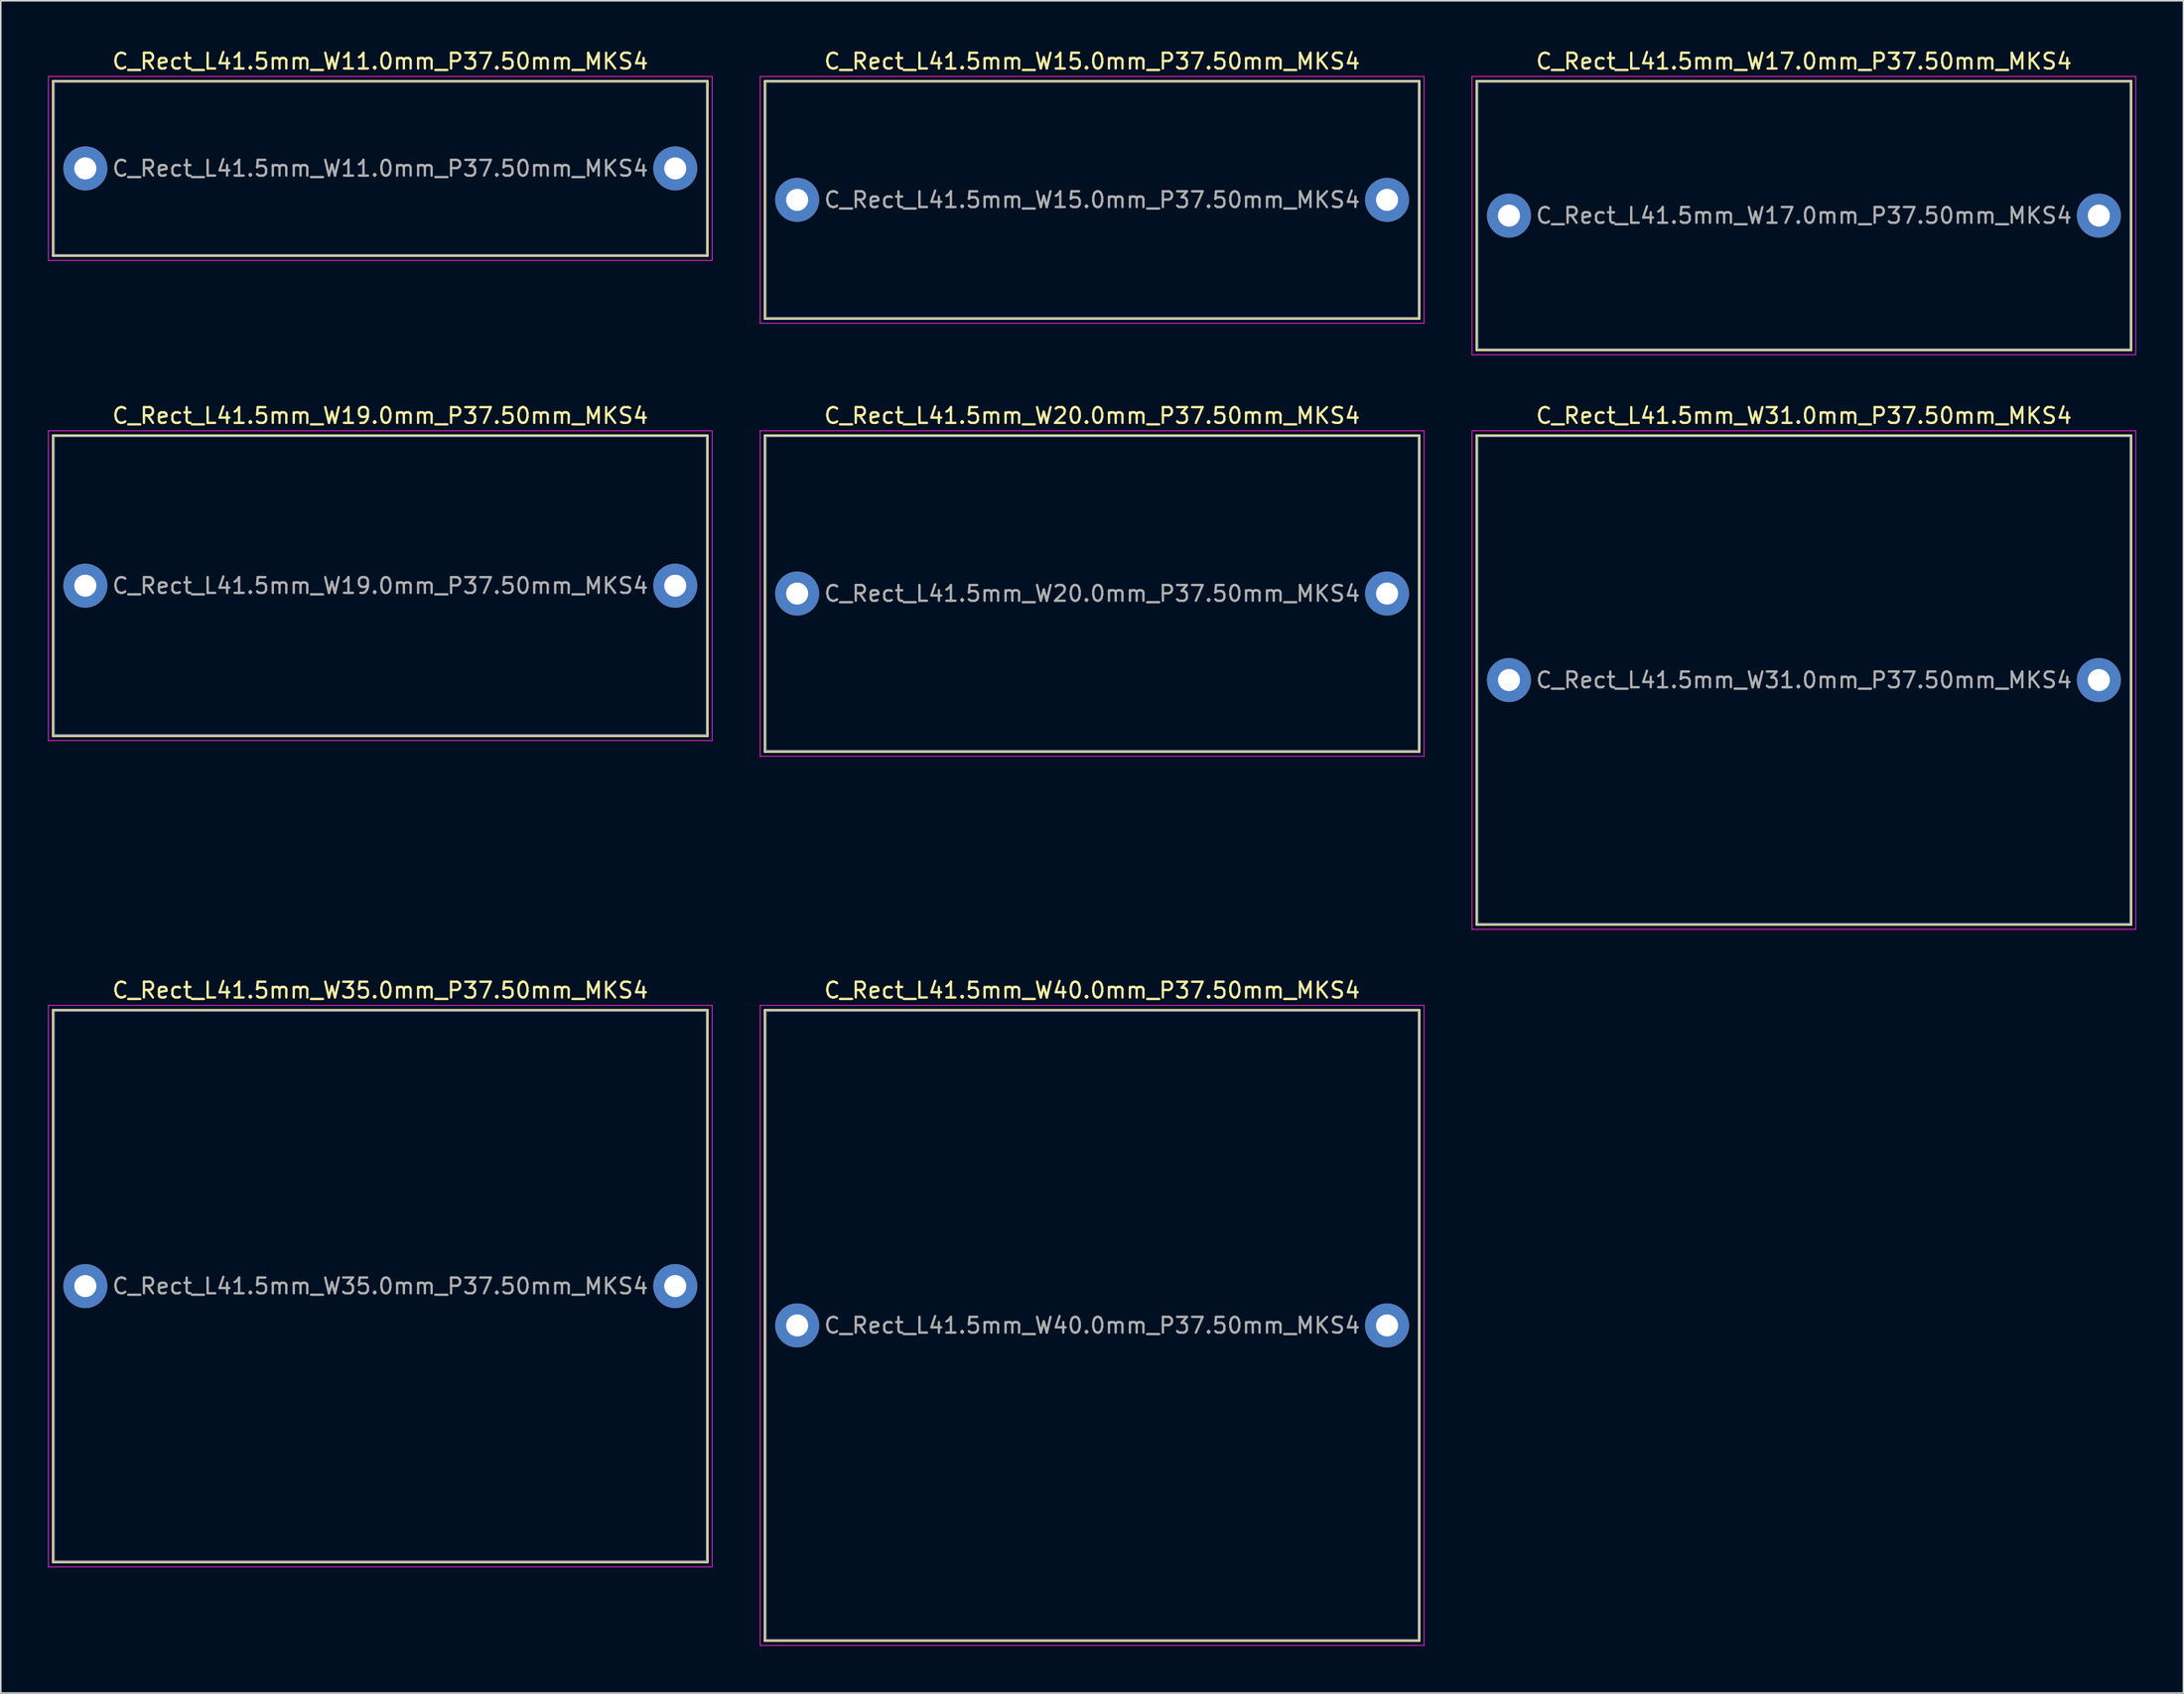
<source format=kicad_pcb>
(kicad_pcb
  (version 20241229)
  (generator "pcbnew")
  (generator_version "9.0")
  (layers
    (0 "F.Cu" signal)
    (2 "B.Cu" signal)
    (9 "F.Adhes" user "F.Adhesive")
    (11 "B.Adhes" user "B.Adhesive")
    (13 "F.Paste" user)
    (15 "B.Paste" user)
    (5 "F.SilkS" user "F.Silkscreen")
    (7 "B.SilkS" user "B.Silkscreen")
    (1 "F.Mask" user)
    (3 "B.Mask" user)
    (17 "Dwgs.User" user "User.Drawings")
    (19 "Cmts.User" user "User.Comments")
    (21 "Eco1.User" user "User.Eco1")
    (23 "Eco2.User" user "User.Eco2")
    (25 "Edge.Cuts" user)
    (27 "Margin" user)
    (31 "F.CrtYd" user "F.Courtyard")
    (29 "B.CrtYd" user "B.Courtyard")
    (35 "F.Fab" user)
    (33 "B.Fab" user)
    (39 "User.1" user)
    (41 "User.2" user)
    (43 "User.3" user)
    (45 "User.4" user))
  (footprint "C_Rect_L41.5mm_W31.0mm_P37.50mm_MKS4"
    (layer "F.Cu")
    (at 92.875 40.191)
    (property "Reference" "C_Rect_L41.5mm_W31.0mm_P37.50mm_MKS4" (at 18.75 -16.81 0) (layer "F.SilkS") (effects (font (size 1 1) (thickness 0.15))))
    (attr through_hole)
    (fp_line (start -2.06 -15.56) (end -2.06 15.56) (stroke (width 0.12) (type solid)) (layer "F.SilkS"))
    (fp_line (start -2.06 -15.56) (end 39.56 -15.56) (stroke (width 0.12) (type solid)) (layer "F.SilkS"))
    (fp_line (start -2.06 15.56) (end 39.56 15.56) (stroke (width 0.12) (type solid)) (layer "F.SilkS"))
    (fp_line (start 39.56 -15.56) (end 39.56 15.56) (stroke (width 0.12) (type solid)) (layer "F.SilkS"))
    (fp_line (start -2.35 -15.85) (end -2.35 15.85) (stroke (width 0.05) (type solid)) (layer "F.CrtYd"))
    (fp_line (start -2.35 15.85) (end 39.85 15.85) (stroke (width 0.05) (type solid)) (layer "F.CrtYd"))
    (fp_line (start 39.85 -15.85) (end -2.35 -15.85) (stroke (width 0.05) (type solid)) (layer "F.CrtYd"))
    (fp_line (start 39.85 15.85) (end 39.85 -15.85) (stroke (width 0.05) (type solid)) (layer "F.CrtYd"))
    (fp_line (start -2 -15.5) (end -2 15.5) (stroke (width 0.1) (type solid)) (layer "F.Fab"))
    (fp_line (start -2 15.5) (end 39.5 15.5) (stroke (width 0.1) (type solid)) (layer "F.Fab"))
    (fp_line (start 39.5 -15.5) (end -2 -15.5) (stroke (width 0.1) (type solid)) (layer "F.Fab"))
    (fp_line (start 39.5 15.5) (end 39.5 -15.5) (stroke (width 0.1) (type solid)) (layer "F.Fab"))
    (fp_text user "${REFERENCE}" (at 18.75 0 0) (layer "F.Fab") (effects (font (size 1 1) (thickness 0.15))))
    (pad "1" thru_hole circle (at 0 0) (size 2.8 2.8) (drill 1.4) (layers "*.Cu" "*.Mask"))
    (pad "2" thru_hole circle (at 37.5 0) (size 2.8 2.8) (drill 1.4) (layers "*.Cu" "*.Mask")))
  (footprint "C_Rect_L41.5mm_W35.0mm_P37.50mm_MKS4"
    (layer "F.Cu")
    (at 2.375 78.725)
    (property "Reference" "C_Rect_L41.5mm_W35.0mm_P37.50mm_MKS4" (at 18.75 -18.81 0) (layer "F.SilkS") (effects (font (size 1 1) (thickness 0.15))))
    (attr through_hole)
    (fp_line (start -2.06 -17.56) (end -2.06 17.56) (stroke (width 0.12) (type solid)) (layer "F.SilkS"))
    (fp_line (start -2.06 -17.56) (end 39.56 -17.56) (stroke (width 0.12) (type solid)) (layer "F.SilkS"))
    (fp_line (start -2.06 17.56) (end 39.56 17.56) (stroke (width 0.12) (type solid)) (layer "F.SilkS"))
    (fp_line (start 39.56 -17.56) (end 39.56 17.56) (stroke (width 0.12) (type solid)) (layer "F.SilkS"))
    (fp_line (start -2.35 -17.85) (end -2.35 17.85) (stroke (width 0.05) (type solid)) (layer "F.CrtYd"))
    (fp_line (start -2.35 17.85) (end 39.85 17.85) (stroke (width 0.05) (type solid)) (layer "F.CrtYd"))
    (fp_line (start 39.85 -17.85) (end -2.35 -17.85) (stroke (width 0.05) (type solid)) (layer "F.CrtYd"))
    (fp_line (start 39.85 17.85) (end 39.85 -17.85) (stroke (width 0.05) (type solid)) (layer "F.CrtYd"))
    (fp_line (start -2 -17.5) (end -2 17.5) (stroke (width 0.1) (type solid)) (layer "F.Fab"))
    (fp_line (start -2 17.5) (end 39.5 17.5) (stroke (width 0.1) (type solid)) (layer "F.Fab"))
    (fp_line (start 39.5 -17.5) (end -2 -17.5) (stroke (width 0.1) (type solid)) (layer "F.Fab"))
    (fp_line (start 39.5 17.5) (end 39.5 -17.5) (stroke (width 0.1) (type solid)) (layer "F.Fab"))
    (fp_text user "${REFERENCE}" (at 18.75 0 0) (layer "F.Fab") (effects (font (size 1 1) (thickness 0.15))))
    (pad "1" thru_hole circle (at 0 0) (size 2.8 2.8) (drill 1.4) (layers "*.Cu" "*.Mask"))
    (pad "2" thru_hole circle (at 37.5 0) (size 2.8 2.8) (drill 1.4) (layers "*.Cu" "*.Mask")))
  (footprint "C_Rect_L41.5mm_W20.0mm_P37.50mm_MKS4"
    (layer "F.Cu")
    (at 47.625 34.691)
    (property "Reference" "C_Rect_L41.5mm_W20.0mm_P37.50mm_MKS4" (at 18.75 -11.31 0) (layer "F.SilkS") (effects (font (size 1 1) (thickness 0.15))))
    (attr through_hole)
    (fp_line (start -2.06 -10.06) (end -2.06 10.06) (stroke (width 0.12) (type solid)) (layer "F.SilkS"))
    (fp_line (start -2.06 -10.06) (end 39.56 -10.06) (stroke (width 0.12) (type solid)) (layer "F.SilkS"))
    (fp_line (start -2.06 10.06) (end 39.56 10.06) (stroke (width 0.12) (type solid)) (layer "F.SilkS"))
    (fp_line (start 39.56 -10.06) (end 39.56 10.06) (stroke (width 0.12) (type solid)) (layer "F.SilkS"))
    (fp_line (start -2.35 -10.35) (end -2.35 10.35) (stroke (width 0.05) (type solid)) (layer "F.CrtYd"))
    (fp_line (start -2.35 10.35) (end 39.85 10.35) (stroke (width 0.05) (type solid)) (layer "F.CrtYd"))
    (fp_line (start 39.85 -10.35) (end -2.35 -10.35) (stroke (width 0.05) (type solid)) (layer "F.CrtYd"))
    (fp_line (start 39.85 10.35) (end 39.85 -10.35) (stroke (width 0.05) (type solid)) (layer "F.CrtYd"))
    (fp_line (start -2 -10) (end -2 10) (stroke (width 0.1) (type solid)) (layer "F.Fab"))
    (fp_line (start -2 10) (end 39.5 10) (stroke (width 0.1) (type solid)) (layer "F.Fab"))
    (fp_line (start 39.5 -10) (end -2 -10) (stroke (width 0.1) (type solid)) (layer "F.Fab"))
    (fp_line (start 39.5 10) (end 39.5 -10) (stroke (width 0.1) (type solid)) (layer "F.Fab"))
    (fp_text user "${REFERENCE}" (at 18.75 0 0) (layer "F.Fab") (effects (font (size 1 1) (thickness 0.15))))
    (pad "1" thru_hole circle (at 0 0) (size 2.8 2.8) (drill 1.4) (layers "*.Cu" "*.Mask"))
    (pad "2" thru_hole circle (at 37.5 0) (size 2.8 2.8) (drill 1.4) (layers "*.Cu" "*.Mask")))
  (footprint "C_Rect_L41.5mm_W11.0mm_P37.50mm_MKS4"
    (layer "F.Cu")
    (at 2.375 7.658)
    (property "Reference" "C_Rect_L41.5mm_W11.0mm_P37.50mm_MKS4" (at 18.75 -6.81 0) (layer "F.SilkS") (effects (font (size 1 1) (thickness 0.15))))
    (attr through_hole)
    (fp_line (start -2.06 -5.56) (end -2.06 5.56) (stroke (width 0.12) (type solid)) (layer "F.SilkS"))
    (fp_line (start -2.06 -5.56) (end 39.56 -5.56) (stroke (width 0.12) (type solid)) (layer "F.SilkS"))
    (fp_line (start -2.06 5.56) (end 39.56 5.56) (stroke (width 0.12) (type solid)) (layer "F.SilkS"))
    (fp_line (start 39.56 -5.56) (end 39.56 5.56) (stroke (width 0.12) (type solid)) (layer "F.SilkS"))
    (fp_line (start -2.35 -5.85) (end -2.35 5.85) (stroke (width 0.05) (type solid)) (layer "F.CrtYd"))
    (fp_line (start -2.35 5.85) (end 39.85 5.85) (stroke (width 0.05) (type solid)) (layer "F.CrtYd"))
    (fp_line (start 39.85 -5.85) (end -2.35 -5.85) (stroke (width 0.05) (type solid)) (layer "F.CrtYd"))
    (fp_line (start 39.85 5.85) (end 39.85 -5.85) (stroke (width 0.05) (type solid)) (layer "F.CrtYd"))
    (fp_line (start -2 -5.5) (end -2 5.5) (stroke (width 0.1) (type solid)) (layer "F.Fab"))
    (fp_line (start -2 5.5) (end 39.5 5.5) (stroke (width 0.1) (type solid)) (layer "F.Fab"))
    (fp_line (start 39.5 -5.5) (end -2 -5.5) (stroke (width 0.1) (type solid)) (layer "F.Fab"))
    (fp_line (start 39.5 5.5) (end 39.5 -5.5) (stroke (width 0.1) (type solid)) (layer "F.Fab"))
    (fp_text user "${REFERENCE}" (at 18.75 0 0) (layer "F.Fab") (effects (font (size 1 1) (thickness 0.15))))
    (pad "1" thru_hole circle (at 0 0) (size 2.8 2.8) (drill 1.4) (layers "*.Cu" "*.Mask"))
    (pad "2" thru_hole circle (at 37.5 0) (size 2.8 2.8) (drill 1.4) (layers "*.Cu" "*.Mask")))
  (footprint "C_Rect_L41.5mm_W40.0mm_P37.50mm_MKS4"
    (layer "F.Cu")
    (at 47.625 81.225)
    (property "Reference" "C_Rect_L41.5mm_W40.0mm_P37.50mm_MKS4" (at 18.75 -21.31 0) (layer "F.SilkS") (effects (font (size 1 1) (thickness 0.15))))
    (attr through_hole)
    (fp_line (start -2.06 -20.06) (end -2.06 20.06) (stroke (width 0.12) (type solid)) (layer "F.SilkS"))
    (fp_line (start -2.06 -20.06) (end 39.56 -20.06) (stroke (width 0.12) (type solid)) (layer "F.SilkS"))
    (fp_line (start -2.06 20.06) (end 39.56 20.06) (stroke (width 0.12) (type solid)) (layer "F.SilkS"))
    (fp_line (start 39.56 -20.06) (end 39.56 20.06) (stroke (width 0.12) (type solid)) (layer "F.SilkS"))
    (fp_line (start -2.35 -20.35) (end -2.35 20.35) (stroke (width 0.05) (type solid)) (layer "F.CrtYd"))
    (fp_line (start -2.35 20.35) (end 39.85 20.35) (stroke (width 0.05) (type solid)) (layer "F.CrtYd"))
    (fp_line (start 39.85 -20.35) (end -2.35 -20.35) (stroke (width 0.05) (type solid)) (layer "F.CrtYd"))
    (fp_line (start 39.85 20.35) (end 39.85 -20.35) (stroke (width 0.05) (type solid)) (layer "F.CrtYd"))
    (fp_line (start -2 -20) (end -2 20) (stroke (width 0.1) (type solid)) (layer "F.Fab"))
    (fp_line (start -2 20) (end 39.5 20) (stroke (width 0.1) (type solid)) (layer "F.Fab"))
    (fp_line (start 39.5 -20) (end -2 -20) (stroke (width 0.1) (type solid)) (layer "F.Fab"))
    (fp_line (start 39.5 20) (end 39.5 -20) (stroke (width 0.1) (type solid)) (layer "F.Fab"))
    (fp_text user "${REFERENCE}" (at 18.75 0 0) (layer "F.Fab") (effects (font (size 1 1) (thickness 0.15))))
    (pad "1" thru_hole circle (at 0 0) (size 2.8 2.8) (drill 1.4) (layers "*.Cu" "*.Mask"))
    (pad "2" thru_hole circle (at 37.5 0) (size 2.8 2.8) (drill 1.4) (layers "*.Cu" "*.Mask")))
  (footprint "C_Rect_L41.5mm_W17.0mm_P37.50mm_MKS4"
    (layer "F.Cu")
    (at 92.875 10.658)
    (property "Reference" "C_Rect_L41.5mm_W17.0mm_P37.50mm_MKS4" (at 18.75 -9.81 0) (layer "F.SilkS") (effects (font (size 1 1) (thickness 0.15))))
    (attr through_hole)
    (fp_line (start -2.06 -8.56) (end -2.06 8.56) (stroke (width 0.12) (type solid)) (layer "F.SilkS"))
    (fp_line (start -2.06 -8.56) (end 39.56 -8.56) (stroke (width 0.12) (type solid)) (layer "F.SilkS"))
    (fp_line (start -2.06 8.56) (end 39.56 8.56) (stroke (width 0.12) (type solid)) (layer "F.SilkS"))
    (fp_line (start 39.56 -8.56) (end 39.56 8.56) (stroke (width 0.12) (type solid)) (layer "F.SilkS"))
    (fp_line (start -2.35 -8.85) (end -2.35 8.85) (stroke (width 0.05) (type solid)) (layer "F.CrtYd"))
    (fp_line (start -2.35 8.85) (end 39.85 8.85) (stroke (width 0.05) (type solid)) (layer "F.CrtYd"))
    (fp_line (start 39.85 -8.85) (end -2.35 -8.85) (stroke (width 0.05) (type solid)) (layer "F.CrtYd"))
    (fp_line (start 39.85 8.85) (end 39.85 -8.85) (stroke (width 0.05) (type solid)) (layer "F.CrtYd"))
    (fp_line (start -2 -8.5) (end -2 8.5) (stroke (width 0.1) (type solid)) (layer "F.Fab"))
    (fp_line (start -2 8.5) (end 39.5 8.5) (stroke (width 0.1) (type solid)) (layer "F.Fab"))
    (fp_line (start 39.5 -8.5) (end -2 -8.5) (stroke (width 0.1) (type solid)) (layer "F.Fab"))
    (fp_line (start 39.5 8.5) (end 39.5 -8.5) (stroke (width 0.1) (type solid)) (layer "F.Fab"))
    (fp_text user "${REFERENCE}" (at 18.75 0 0) (layer "F.Fab") (effects (font (size 1 1) (thickness 0.15))))
    (pad "1" thru_hole circle (at 0 0) (size 2.8 2.8) (drill 1.4) (layers "*.Cu" "*.Mask"))
    (pad "2" thru_hole circle (at 37.5 0) (size 2.8 2.8) (drill 1.4) (layers "*.Cu" "*.Mask")))
  (footprint "C_Rect_L41.5mm_W15.0mm_P37.50mm_MKS4"
    (layer "F.Cu")
    (at 47.625 9.658)
    (property "Reference" "C_Rect_L41.5mm_W15.0mm_P37.50mm_MKS4" (at 18.75 -8.81 0) (layer "F.SilkS") (effects (font (size 1 1) (thickness 0.15))))
    (attr through_hole)
    (fp_line (start -2.06 -7.56) (end -2.06 7.56) (stroke (width 0.12) (type solid)) (layer "F.SilkS"))
    (fp_line (start -2.06 -7.56) (end 39.56 -7.56) (stroke (width 0.12) (type solid)) (layer "F.SilkS"))
    (fp_line (start -2.06 7.56) (end 39.56 7.56) (stroke (width 0.12) (type solid)) (layer "F.SilkS"))
    (fp_line (start 39.56 -7.56) (end 39.56 7.56) (stroke (width 0.12) (type solid)) (layer "F.SilkS"))
    (fp_line (start -2.35 -7.85) (end -2.35 7.85) (stroke (width 0.05) (type solid)) (layer "F.CrtYd"))
    (fp_line (start -2.35 7.85) (end 39.85 7.85) (stroke (width 0.05) (type solid)) (layer "F.CrtYd"))
    (fp_line (start 39.85 -7.85) (end -2.35 -7.85) (stroke (width 0.05) (type solid)) (layer "F.CrtYd"))
    (fp_line (start 39.85 7.85) (end 39.85 -7.85) (stroke (width 0.05) (type solid)) (layer "F.CrtYd"))
    (fp_line (start -2 -7.5) (end -2 7.5) (stroke (width 0.1) (type solid)) (layer "F.Fab"))
    (fp_line (start -2 7.5) (end 39.5 7.5) (stroke (width 0.1) (type solid)) (layer "F.Fab"))
    (fp_line (start 39.5 -7.5) (end -2 -7.5) (stroke (width 0.1) (type solid)) (layer "F.Fab"))
    (fp_line (start 39.5 7.5) (end 39.5 -7.5) (stroke (width 0.1) (type solid)) (layer "F.Fab"))
    (fp_text user "${REFERENCE}" (at 18.75 0 0) (layer "F.Fab") (effects (font (size 1 1) (thickness 0.15))))
    (pad "1" thru_hole circle (at 0 0) (size 2.8 2.8) (drill 1.4) (layers "*.Cu" "*.Mask"))
    (pad "2" thru_hole circle (at 37.5 0) (size 2.8 2.8) (drill 1.4) (layers "*.Cu" "*.Mask")))
  (footprint "C_Rect_L41.5mm_W19.0mm_P37.50mm_MKS4"
    (layer "F.Cu")
    (at 2.375 34.191)
    (property "Reference" "C_Rect_L41.5mm_W19.0mm_P37.50mm_MKS4" (at 18.75 -10.81 0) (layer "F.SilkS") (effects (font (size 1 1) (thickness 0.15))))
    (attr through_hole)
    (fp_line (start -2.06 -9.56) (end -2.06 9.56) (stroke (width 0.12) (type solid)) (layer "F.SilkS"))
    (fp_line (start -2.06 -9.56) (end 39.56 -9.56) (stroke (width 0.12) (type solid)) (layer "F.SilkS"))
    (fp_line (start -2.06 9.56) (end 39.56 9.56) (stroke (width 0.12) (type solid)) (layer "F.SilkS"))
    (fp_line (start 39.56 -9.56) (end 39.56 9.56) (stroke (width 0.12) (type solid)) (layer "F.SilkS"))
    (fp_line (start -2.35 -9.85) (end -2.35 9.85) (stroke (width 0.05) (type solid)) (layer "F.CrtYd"))
    (fp_line (start -2.35 9.85) (end 39.85 9.85) (stroke (width 0.05) (type solid)) (layer "F.CrtYd"))
    (fp_line (start 39.85 -9.85) (end -2.35 -9.85) (stroke (width 0.05) (type solid)) (layer "F.CrtYd"))
    (fp_line (start 39.85 9.85) (end 39.85 -9.85) (stroke (width 0.05) (type solid)) (layer "F.CrtYd"))
    (fp_line (start -2 -9.5) (end -2 9.5) (stroke (width 0.1) (type solid)) (layer "F.Fab"))
    (fp_line (start -2 9.5) (end 39.5 9.5) (stroke (width 0.1) (type solid)) (layer "F.Fab"))
    (fp_line (start 39.5 -9.5) (end -2 -9.5) (stroke (width 0.1) (type solid)) (layer "F.Fab"))
    (fp_line (start 39.5 9.5) (end 39.5 -9.5) (stroke (width 0.1) (type solid)) (layer "F.Fab"))
    (fp_text user "${REFERENCE}" (at 18.75 0 0) (layer "F.Fab") (effects (font (size 1 1) (thickness 0.15))))
    (pad "1" thru_hole circle (at 0 0) (size 2.8 2.8) (drill 1.4) (layers "*.Cu" "*.Mask"))
    (pad "2" thru_hole circle (at 37.5 0) (size 2.8 2.8) (drill 1.4) (layers "*.Cu" "*.Mask")))
  (gr_rect
    (start -3 -3)
    (end 135.75 104.6)
    (stroke (width 0.1) (type default))
    (fill no)
    (layer "Edge.Cuts")))
</source>
